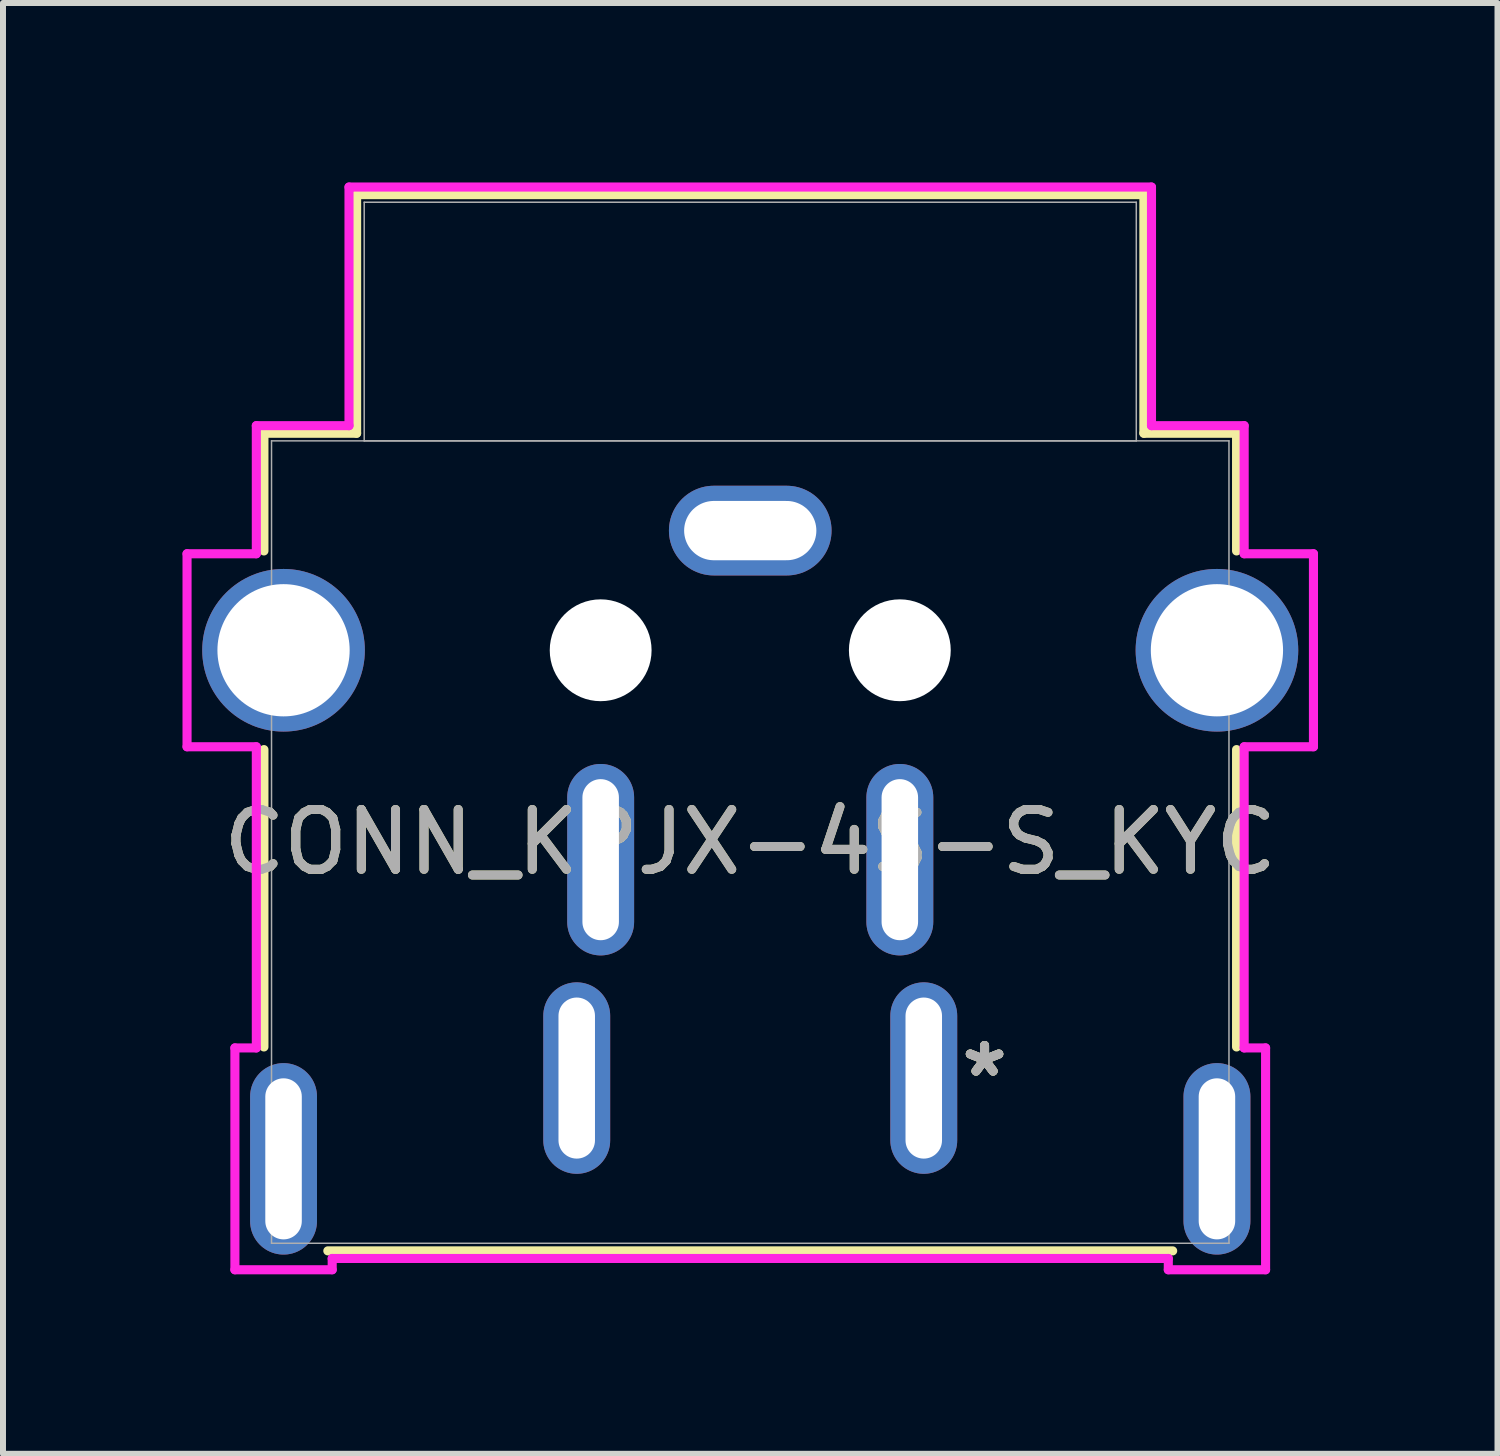
<source format=kicad_pcb>
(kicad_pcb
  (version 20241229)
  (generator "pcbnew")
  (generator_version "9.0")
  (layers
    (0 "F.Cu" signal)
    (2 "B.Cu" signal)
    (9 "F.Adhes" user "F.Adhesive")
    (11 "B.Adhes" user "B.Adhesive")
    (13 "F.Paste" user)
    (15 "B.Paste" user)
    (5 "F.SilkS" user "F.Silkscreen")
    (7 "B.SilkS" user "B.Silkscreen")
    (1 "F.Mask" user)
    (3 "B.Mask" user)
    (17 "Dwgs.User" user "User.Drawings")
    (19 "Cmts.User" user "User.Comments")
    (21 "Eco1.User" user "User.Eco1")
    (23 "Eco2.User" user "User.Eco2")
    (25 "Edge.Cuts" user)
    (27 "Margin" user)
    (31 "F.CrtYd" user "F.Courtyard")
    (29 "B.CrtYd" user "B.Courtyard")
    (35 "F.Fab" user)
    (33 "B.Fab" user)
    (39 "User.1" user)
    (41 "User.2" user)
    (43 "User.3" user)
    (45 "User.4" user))
  (footprint "CONN_KPJX-4S-S_KYC"
    (layer "F.Cu")
    (at 12.389 14.968)
    (property "Reference" "CONN_KPJX-4S-S_KYC" (at -2.9 -3.944 0) (unlocked yes) (layer "F.SilkS") (effects (font (size 1 1) (thickness 0.15))))
    (attr through_hole)
    (fp_line (start -11.028 -10.777) (end -11.028 -8.81) (stroke (width 0.152) (type solid)) (layer "F.SilkS"))
    (fp_line (start -11.028 -5.49) (end -11.028 -0.52) (stroke (width 0.152) (type solid)) (layer "F.SilkS"))
    (fp_line (start -9.96 2.888) (end 4.16 2.888) (stroke (width 0.152) (type solid)) (layer "F.SilkS"))
    (fp_line (start -9.479 -14.765) (end -9.479 -10.777) (stroke (width 0.152) (type solid)) (layer "F.SilkS"))
    (fp_line (start -9.479 -10.777) (end -11.028 -10.777) (stroke (width 0.152) (type solid)) (layer "F.SilkS"))
    (fp_line (start 3.679 -14.765) (end -9.479 -14.765) (stroke (width 0.152) (type solid)) (layer "F.SilkS"))
    (fp_line (start 3.679 -10.777) (end 3.679 -14.765) (stroke (width 0.152) (type solid)) (layer "F.SilkS"))
    (fp_line (start 5.228 -10.777) (end 3.679 -10.777) (stroke (width 0.152) (type solid)) (layer "F.SilkS"))
    (fp_line (start 5.228 -8.81) (end 5.228 -10.777) (stroke (width 0.152) (type solid)) (layer "F.SilkS"))
    (fp_line (start 5.228 -0.52) (end 5.228 -5.49) (stroke (width 0.152) (type solid)) (layer "F.SilkS"))
    (fp_line (start -12.313 -8.763) (end -12.313 -5.537) (stroke (width 0.152) (type solid)) (layer "F.CrtYd"))
    (fp_line (start -12.313 -5.537) (end -11.155 -5.537) (stroke (width 0.152) (type solid)) (layer "F.CrtYd"))
    (fp_line (start -11.513 -0.504) (end -11.513 3.204) (stroke (width 0.152) (type solid)) (layer "F.CrtYd"))
    (fp_line (start -11.513 3.204) (end -9.887 3.204) (stroke (width 0.152) (type solid)) (layer "F.CrtYd"))
    (fp_line (start -11.155 -10.904) (end -11.155 -8.763) (stroke (width 0.152) (type solid)) (layer "F.CrtYd"))
    (fp_line (start -11.155 -8.763) (end -12.313 -8.763) (stroke (width 0.152) (type solid)) (layer "F.CrtYd"))
    (fp_line (start -11.155 -5.537) (end -11.155 -0.504) (stroke (width 0.152) (type solid)) (layer "F.CrtYd"))
    (fp_line (start -11.155 -0.504) (end -11.513 -0.504) (stroke (width 0.152) (type solid)) (layer "F.CrtYd"))
    (fp_line (start -9.887 3.015) (end 4.087 3.015) (stroke (width 0.152) (type solid)) (layer "F.CrtYd"))
    (fp_line (start -9.887 3.204) (end -9.887 3.015) (stroke (width 0.152) (type solid)) (layer "F.CrtYd"))
    (fp_line (start -9.606 -14.892) (end -9.606 -10.904) (stroke (width 0.152) (type solid)) (layer "F.CrtYd"))
    (fp_line (start -9.606 -10.904) (end -11.155 -10.904) (stroke (width 0.152) (type solid)) (layer "F.CrtYd"))
    (fp_line (start 3.806 -14.892) (end -9.606 -14.892) (stroke (width 0.152) (type solid)) (layer "F.CrtYd"))
    (fp_line (start 3.806 -10.904) (end 3.806 -14.892) (stroke (width 0.152) (type solid)) (layer "F.CrtYd"))
    (fp_line (start 4.087 3.015) (end 4.087 3.204) (stroke (width 0.152) (type solid)) (layer "F.CrtYd"))
    (fp_line (start 4.087 3.204) (end 5.713 3.204) (stroke (width 0.152) (type solid)) (layer "F.CrtYd"))
    (fp_line (start 5.355 -10.904) (end 3.806 -10.904) (stroke (width 0.152) (type solid)) (layer "F.CrtYd"))
    (fp_line (start 5.355 -8.763) (end 5.355 -10.904) (stroke (width 0.152) (type solid)) (layer "F.CrtYd"))
    (fp_line (start 5.355 -5.537) (end 6.513 -5.537) (stroke (width 0.152) (type solid)) (layer "F.CrtYd"))
    (fp_line (start 5.355 -0.504) (end 5.355 -5.537) (stroke (width 0.152) (type solid)) (layer "F.CrtYd"))
    (fp_line (start 5.713 -0.504) (end 5.355 -0.504) (stroke (width 0.152) (type solid)) (layer "F.CrtYd"))
    (fp_line (start 5.713 3.204) (end 5.713 -0.504) (stroke (width 0.152) (type solid)) (layer "F.CrtYd"))
    (fp_line (start 6.513 -8.763) (end 5.355 -8.763) (stroke (width 0.152) (type solid)) (layer "F.CrtYd"))
    (fp_line (start 6.513 -5.537) (end 6.513 -8.763) (stroke (width 0.152) (type solid)) (layer "F.CrtYd"))
    (fp_line (start -10.901 -10.65) (end -10.901 2.761) (stroke (width 0.025) (type solid)) (layer "F.Fab"))
    (fp_line (start -10.901 2.761) (end 5.101 2.761) (stroke (width 0.025) (type solid)) (layer "F.Fab"))
    (fp_line (start -9.352 -14.638) (end -9.352 -10.65) (stroke (width 0.025) (type solid)) (layer "F.Fab"))
    (fp_line (start -9.352 -10.65) (end 3.552 -10.65) (stroke (width 0.025) (type solid)) (layer "F.Fab"))
    (fp_line (start 3.552 -14.638) (end -9.352 -14.638) (stroke (width 0.025) (type solid)) (layer "F.Fab"))
    (fp_line (start 3.552 -10.65) (end 3.552 -14.638) (stroke (width 0.025) (type solid)) (layer "F.Fab"))
    (fp_line (start 5.101 -10.65) (end -10.901 -10.65) (stroke (width 0.025) (type solid)) (layer "F.Fab"))
    (fp_line (start 5.101 2.761) (end 5.101 -10.65) (stroke (width 0.025) (type solid)) (layer "F.Fab"))
    (fp_text user "*" (at 1.016 0 0) (unlocked yes) (layer "F.SilkS") (effects (font (size 1 1) (thickness 0.15))))
    (fp_text user "*" (at 1.016 0 0) (layer "F.SilkS") (effects (font (size 1 1) (thickness 0.15))))
    (fp_text user "${REFERENCE}" (at -2.9 -3.944 0) (unlocked yes) (layer "F.Fab") (effects (font (size 1 1) (thickness 0.15))))
    (fp_text user "*" (at 1.016 0 0) (unlocked yes) (layer "F.Fab") (effects (font (size 1 1) (thickness 0.15))))
    (fp_text user "*" (at 1.016 0 0) (layer "F.Fab") (effects (font (size 1 1) (thickness 0.15))))
    (pad "" np_thru_hole oval (at -10.7 1.35) (size 1.118 3.2) (drill oval 0.61 2.692) (layers "*.Cu" "*.Mask"))
    (pad "" np_thru_hole oval (at -5.8 0) (size 1.118 3.2) (drill oval 0.61 2.692) (layers "*.Cu" "*.Mask"))
    (pad "" np_thru_hole circle (at -5.4 -7.15) (size 1.702 1.702) (drill 1.702) (layers "*.Cu" "*.Mask"))
    (pad "" np_thru_hole oval (at -5.4 -3.65) (size 1.118 3.2) (drill oval 0.61 2.692) (layers "*.Cu" "*.Mask"))
    (pad "" np_thru_hole oval (at -2.9 -9.15) (size 2.718 1.499) (drill oval 2.21 0.991) (layers "*.Cu" "*.Mask"))
    (pad "" np_thru_hole circle (at -0.4 -7.15) (size 1.702 1.702) (drill 1.702) (layers "*.Cu" "*.Mask"))
    (pad "" np_thru_hole oval (at -0.4 -3.65) (size 1.118 3.2) (drill oval 0.61 2.692) (layers "*.Cu" "*.Mask"))
    (pad "" np_thru_hole oval (at 0 0) (size 1.118 3.2) (drill oval 0.61 2.692) (layers "*.Cu" "*.Mask"))
    (pad "" np_thru_hole oval (at 4.9 1.35) (size 1.118 3.2) (drill oval 0.61 2.692) (layers "*.Cu" "*.Mask"))
    (pad "5" thru_hole circle (at -10.7 -7.15) (size 2.718 2.718) (drill 2.21) (layers "*.Cu" "*.Mask"))
    (pad "6" thru_hole circle (at 4.9 -7.15) (size 2.718 2.718) (drill 2.21) (layers "*.Cu" "*.Mask")))
  (gr_rect
    (start -3 -3)
    (end 21.978 21.248)
    (stroke (width 0.1) (type default))
    (fill no)
    (layer "Edge.Cuts")))
</source>
